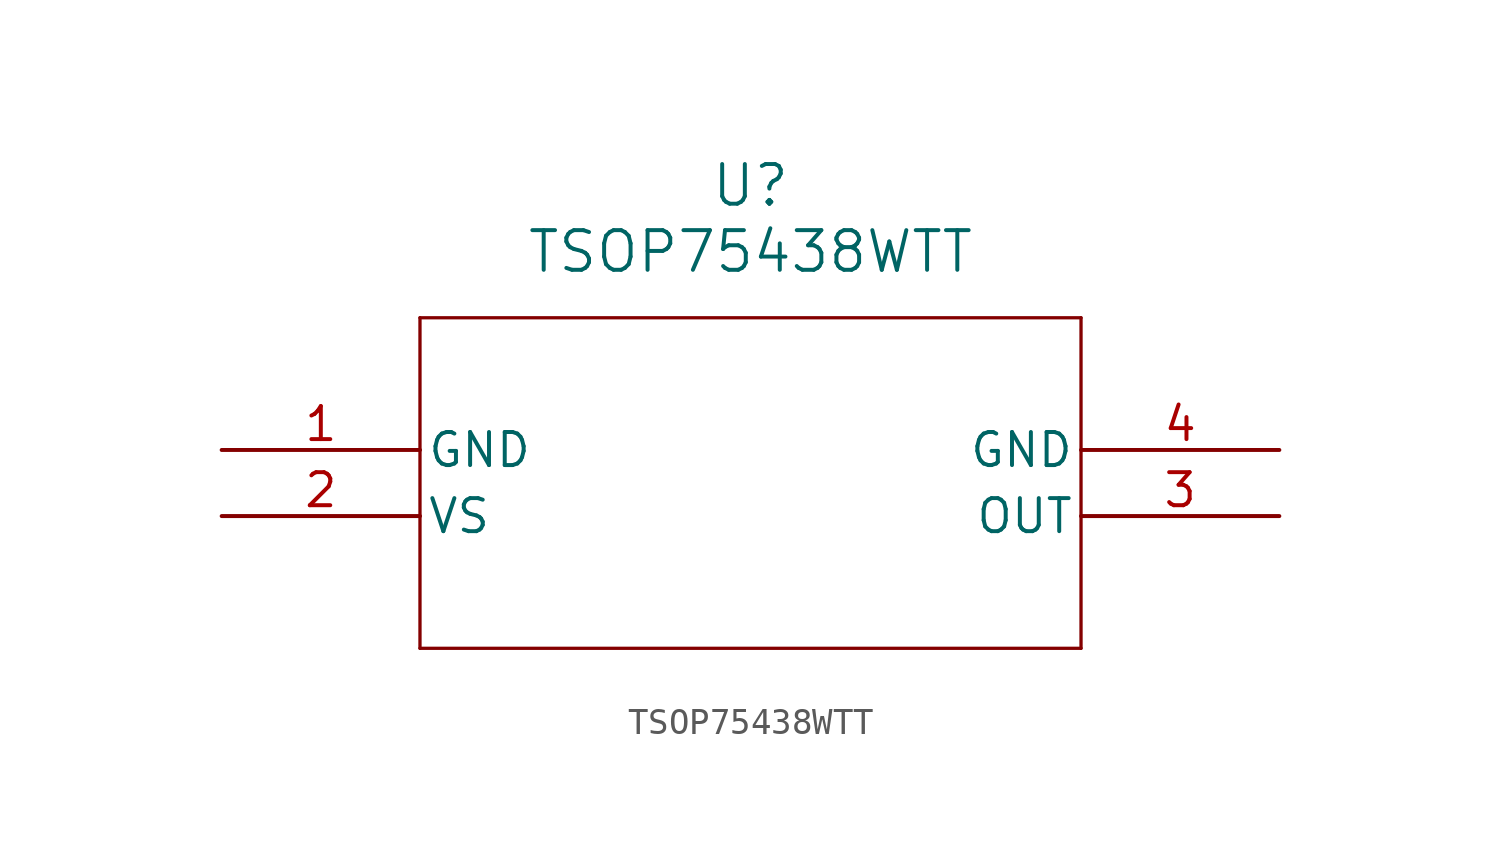
<source format=kicad_sym>
(kicad_symbol_lib
  (version 20211014)
  (generator kicad_symbol_editor)
  (symbol "TSOP75438WTT"
    (pin_names
      (offset 0.254))
    (property "Reference" "U"
      (at 20.32 10.16 0)
      (effects (font (size 1.524 1.524))))
    (property "Value" "TSOP75438WTT"
      (at 20.32 7.62 0)
      (effects (font (size 1.524 1.524))))
    (symbol "TSOP75438WTT_0_1"
      (polyline (pts (xy 7.62 5.08) (xy 7.62 -7.62)) (stroke (width 0.127) (type default) (color 0 0 0 0)) (fill (type none)))
      (polyline (pts (xy 7.62 -7.62) (xy 33.02 -7.62)) (stroke (width 0.127) (type default) (color 0 0 0 0)) (fill (type none)))
      (polyline (pts (xy 33.02 -7.62) (xy 33.02 5.08)) (stroke (width 0.127) (type default) (color 0 0 0 0)) (fill (type none)))
      (polyline (pts (xy 33.02 5.08) (xy 7.62 5.08)) (stroke (width 0.127) (type default) (color 0 0 0 0)) (fill (type none)))
      (pin power_out line (at 0 0 0) (length 7.62) (name "GND" (effects (font (size 1.27 1.27)))) (number "1" (effects (font (size 1.27 1.27)))))
      (pin power_in line (at 0 -2.54 0) (length 7.62) (name "VS" (effects (font (size 1.27 1.27)))) (number "2" (effects (font (size 1.27 1.27)))))
      (pin output line (at 40.64 -2.54 180) (length 7.62) (name "OUT" (effects (font (size 1.27 1.27)))) (number "3" (effects (font (size 1.27 1.27)))))
      (pin power_out line (at 40.64 0 180) (length 7.62) (name "GND" (effects (font (size 1.27 1.27)))) (number "4" (effects (font (size 1.27 1.27))))))))
</source>
